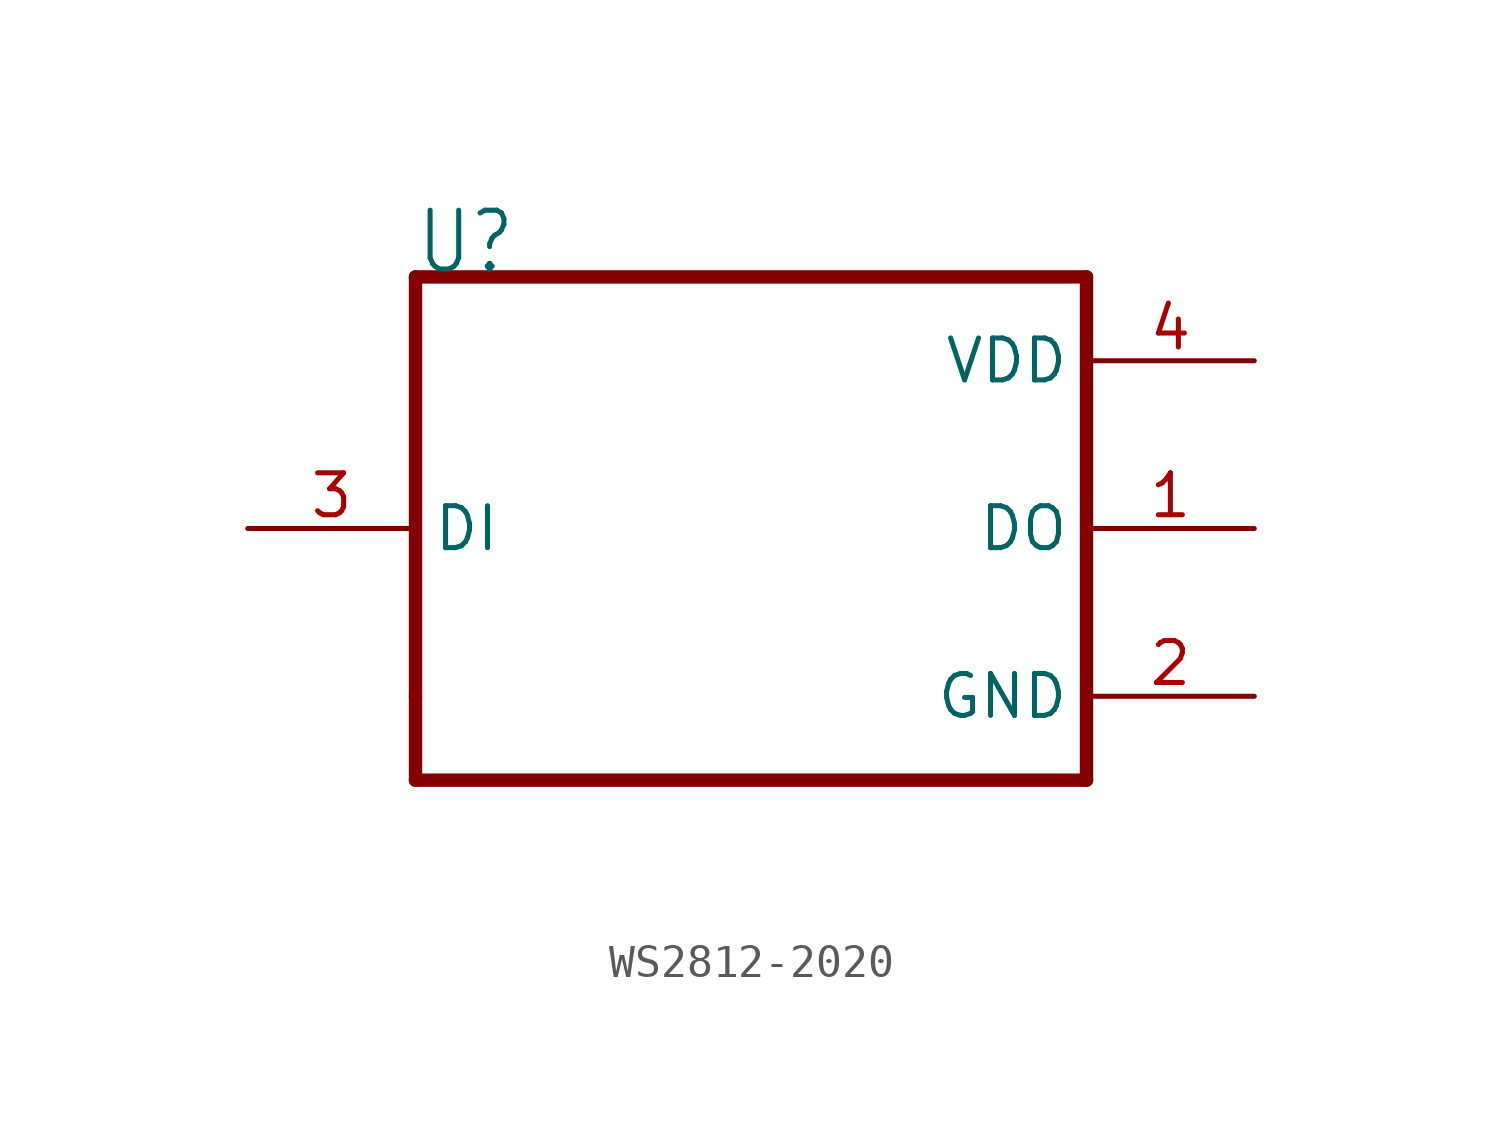
<source format=kicad_sym>
(kicad_symbol_lib
  (version 20220914)
  (generator kicad_symbol_editor)
  (symbol "WS2812-2020"
    (property "Reference" "U"
      (at -10.178 7.633 0)
      (effects (font (size 1.781 1.514)) (justify left bottom)))
    (property "Value" ""
      (at -10.178 -10.178 0)
      (effects (font (size 1.781 1.514)) (justify left bottom)))
    (property "ki_locked" ""
      (at 0 0 0)
      (effects (font (size 1.27 1.27))))
    (symbol "WS2812-2020_1_0"
      (polyline (pts (xy -10.16 -7.62) (xy -10.16 -5.08)) (stroke (width 0.406) (type solid)) (fill (type none)))
      (polyline (pts (xy -10.16 -5.08) (xy -10.16 7.62)) (stroke (width 0.406) (type solid)) (fill (type none)))
      (polyline (pts (xy -10.16 7.62) (xy 10.16 7.62)) (stroke (width 0.406) (type solid)) (fill (type none)))
      (polyline (pts (xy 10.16 -7.62) (xy -10.16 -7.62)) (stroke (width 0.406) (type solid)) (fill (type none)))
      (polyline (pts (xy 10.16 7.62) (xy 10.16 -7.62)) (stroke (width 0.406) (type solid)) (fill (type none)))
      (pin output line (at 15.24 0 180) (length 5.08) (name "DO" (effects (font (size 1.27 1.27)))) (number "1" (effects (font (size 1.27 1.27)))))
      (pin power_in line (at 15.24 -5.08 180) (length 5.08) (name "GND" (effects (font (size 1.27 1.27)))) (number "2" (effects (font (size 1.27 1.27)))))
      (pin input line (at -15.24 0 0) (length 5.08) (name "DI" (effects (font (size 1.27 1.27)))) (number "3" (effects (font (size 1.27 1.27)))))
      (pin power_in line (at 15.24 5.08 180) (length 5.08) (name "VDD" (effects (font (size 1.27 1.27)))) (number "4" (effects (font (size 1.27 1.27))))))))
</source>
